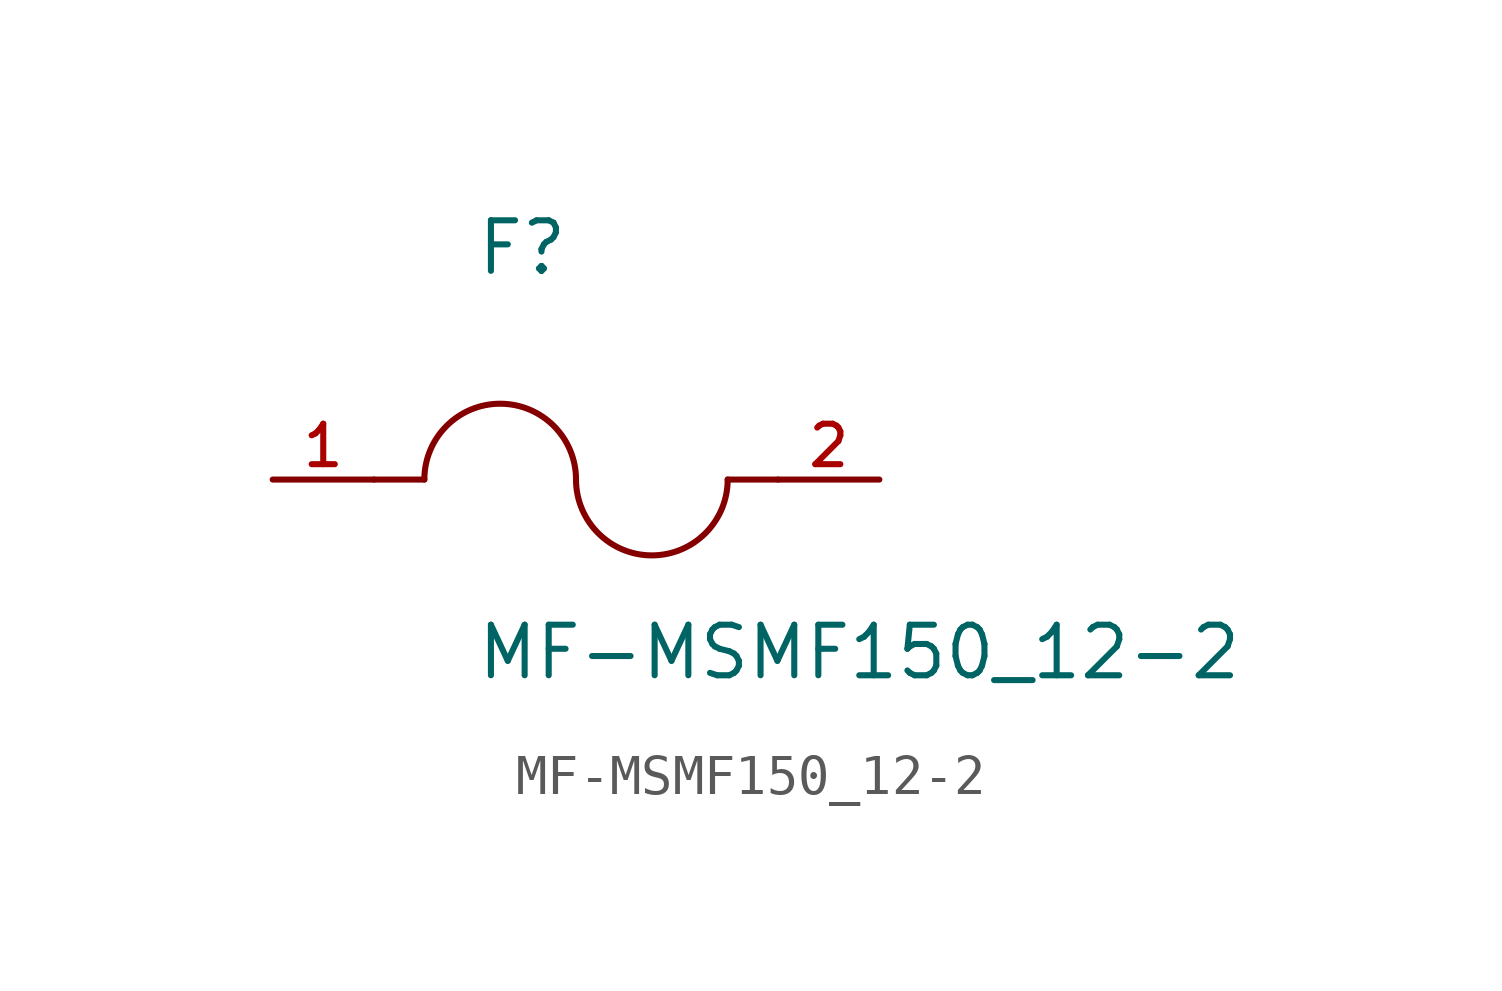
<source format=kicad_sym>
(kicad_symbol_lib
  (version 20211014)
  (generator kicad_symbol_editor)
  (symbol "MF-MSMF150_12-2"
    (pin_names
      (offset 1.016))
    (property "Reference" "F"
      (at -2.54 5.08 0)
      (effects (font (size 1.27 1.27)) (justify bottom left)))
    (property "Value" "MF-MSMF150_12-2"
      (at -2.54 -5.08 0)
      (effects (font (size 1.27 1.27)) (justify bottom left)))
    (symbol "MF-MSMF150_12-2_0_0"
      (arc (start 0.0 0.0) (mid -1.905 1.905) (end -3.81 0.0) (stroke (width 0.1524) (type default) (color 0 0 0 0)) (fill (type none)))
      (arc (start 3.81 0.0) (mid 1.905 -1.905) (end 0.0 0.0) (stroke (width 0.1524) (type default) (color 0 0 0 0)) (fill (type none)))
      (polyline (pts (xy 5.08 0.0) (xy 3.81 0.0)) (stroke (width 0.152)))
      (polyline (pts (xy -5.08 0.0) (xy -3.81 0.0)) (stroke (width 0.152)))
      (pin passive line (at 7.62 0.0 180.0) (length 2.54) (name "~" (effects (font (size 1.016 1.016)))) (number "2" (effects (font (size 1.016 1.016)))))
      (pin passive line (at -7.62 0.0 0) (length 2.54) (name "~" (effects (font (size 1.016 1.016)))) (number "1" (effects (font (size 1.016 1.016))))))))
</source>
